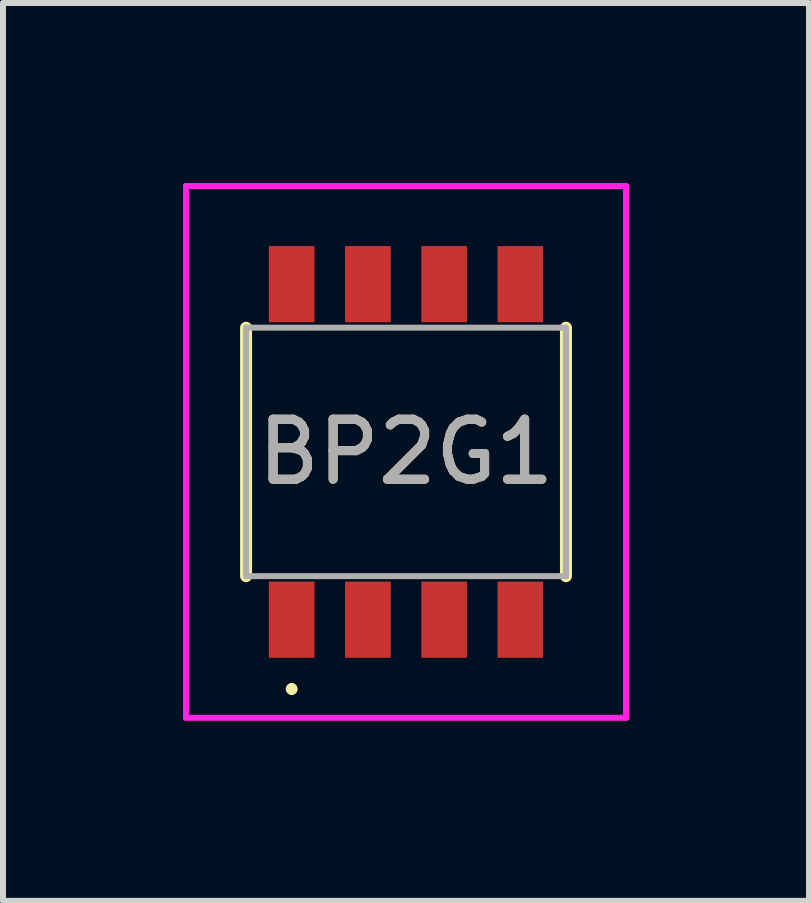
<source format=kicad_pcb>
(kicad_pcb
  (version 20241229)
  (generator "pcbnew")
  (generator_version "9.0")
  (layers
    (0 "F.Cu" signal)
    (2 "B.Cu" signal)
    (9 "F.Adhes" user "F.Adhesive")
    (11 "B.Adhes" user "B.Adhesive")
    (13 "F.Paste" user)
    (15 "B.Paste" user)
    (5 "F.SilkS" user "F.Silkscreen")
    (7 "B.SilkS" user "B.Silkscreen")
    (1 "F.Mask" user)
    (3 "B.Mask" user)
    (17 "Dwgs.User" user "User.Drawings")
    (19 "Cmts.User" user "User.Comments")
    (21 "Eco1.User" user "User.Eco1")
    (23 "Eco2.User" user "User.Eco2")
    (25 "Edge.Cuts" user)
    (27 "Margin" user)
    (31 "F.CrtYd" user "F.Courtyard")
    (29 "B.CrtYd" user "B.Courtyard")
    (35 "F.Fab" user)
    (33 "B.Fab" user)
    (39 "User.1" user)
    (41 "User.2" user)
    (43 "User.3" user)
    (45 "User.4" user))
  (footprint "BP2G1"
    (layer "F.Cu")
    (at 3.715 4.48)
    (property "Reference" "BP2G1" (at 0 0 0) (layer "F.SilkS") (effects (font (size 1 1) (thickness 0.15))))
    (attr smd)
    (fp_line (start -2.665 -2.07) (end -2.665 2.07) (stroke (width 0.2) (type solid)) (layer "F.SilkS"))
    (fp_line (start -1.905 3.9) (end -1.905 3.9) (stroke (width 0.1) (type solid)) (layer "F.SilkS"))
    (fp_line (start -1.905 4) (end -1.905 4) (stroke (width 0.1) (type solid)) (layer "F.SilkS"))
    (fp_line (start 2.665 2.07) (end 2.665 -2.07) (stroke (width 0.2) (type solid)) (layer "F.SilkS"))
    (fp_arc (start -1.905 3.9) (mid -1.855 3.95) (end -1.905 4) (stroke (width 0.1) (type solid)) (layer "F.SilkS"))
    (fp_arc (start -1.905 4) (mid -1.955 3.95) (end -1.905 3.9) (stroke (width 0.1) (type solid)) (layer "F.SilkS"))
    (fp_line (start -3.665 -4.43) (end 3.665 -4.43) (stroke (width 0.1) (type solid)) (layer "F.CrtYd"))
    (fp_line (start -3.665 4.43) (end -3.665 -4.43) (stroke (width 0.1) (type solid)) (layer "F.CrtYd"))
    (fp_line (start 3.665 -4.43) (end 3.665 4.43) (stroke (width 0.1) (type solid)) (layer "F.CrtYd"))
    (fp_line (start 3.665 4.43) (end -3.665 4.43) (stroke (width 0.1) (type solid)) (layer "F.CrtYd"))
    (fp_line (start -2.665 -2.07) (end -2.665 2.07) (stroke (width 0.1) (type solid)) (layer "F.Fab"))
    (fp_line (start -2.665 2.07) (end 2.665 2.07) (stroke (width 0.1) (type solid)) (layer "F.Fab"))
    (fp_line (start 2.665 -2.07) (end -2.665 -2.07) (stroke (width 0.1) (type solid)) (layer "F.Fab"))
    (fp_line (start 2.665 2.07) (end 2.665 -2.07) (stroke (width 0.1) (type solid)) (layer "F.Fab"))
    (fp_text user "${REFERENCE}" (at 0 0 0) (layer "F.Fab") (effects (font (size 1 1) (thickness 0.15))))
    (pad "1" smd rect (at -1.905 2.795) (size 0.76 1.27) (layers "F.Cu" "F.Mask" "F.Paste"))
    (pad "2" smd rect (at -0.635 2.795) (size 0.76 1.27) (layers "F.Cu" "F.Mask" "F.Paste"))
    (pad "3" smd rect (at 0.635 2.795) (size 0.76 1.27) (layers "F.Cu" "F.Mask" "F.Paste"))
    (pad "4" smd rect (at 1.905 2.795) (size 0.76 1.27) (layers "F.Cu" "F.Mask" "F.Paste"))
    (pad "5" smd rect (at 1.905 -2.795) (size 0.76 1.27) (layers "F.Cu" "F.Mask" "F.Paste"))
    (pad "6" smd rect (at 0.635 -2.795) (size 0.76 1.27) (layers "F.Cu" "F.Mask" "F.Paste"))
    (pad "7" smd rect (at -0.635 -2.795) (size 0.76 1.27) (layers "F.Cu" "F.Mask" "F.Paste"))
    (pad "8" smd rect (at -1.905 -2.795) (size 0.76 1.27) (layers "F.Cu" "F.Mask" "F.Paste")))
  (gr_rect
    (start -3 -3)
    (end 10.43 11.96)
    (stroke (width 0.1) (type default))
    (fill no)
    (layer "Edge.Cuts")))
</source>
